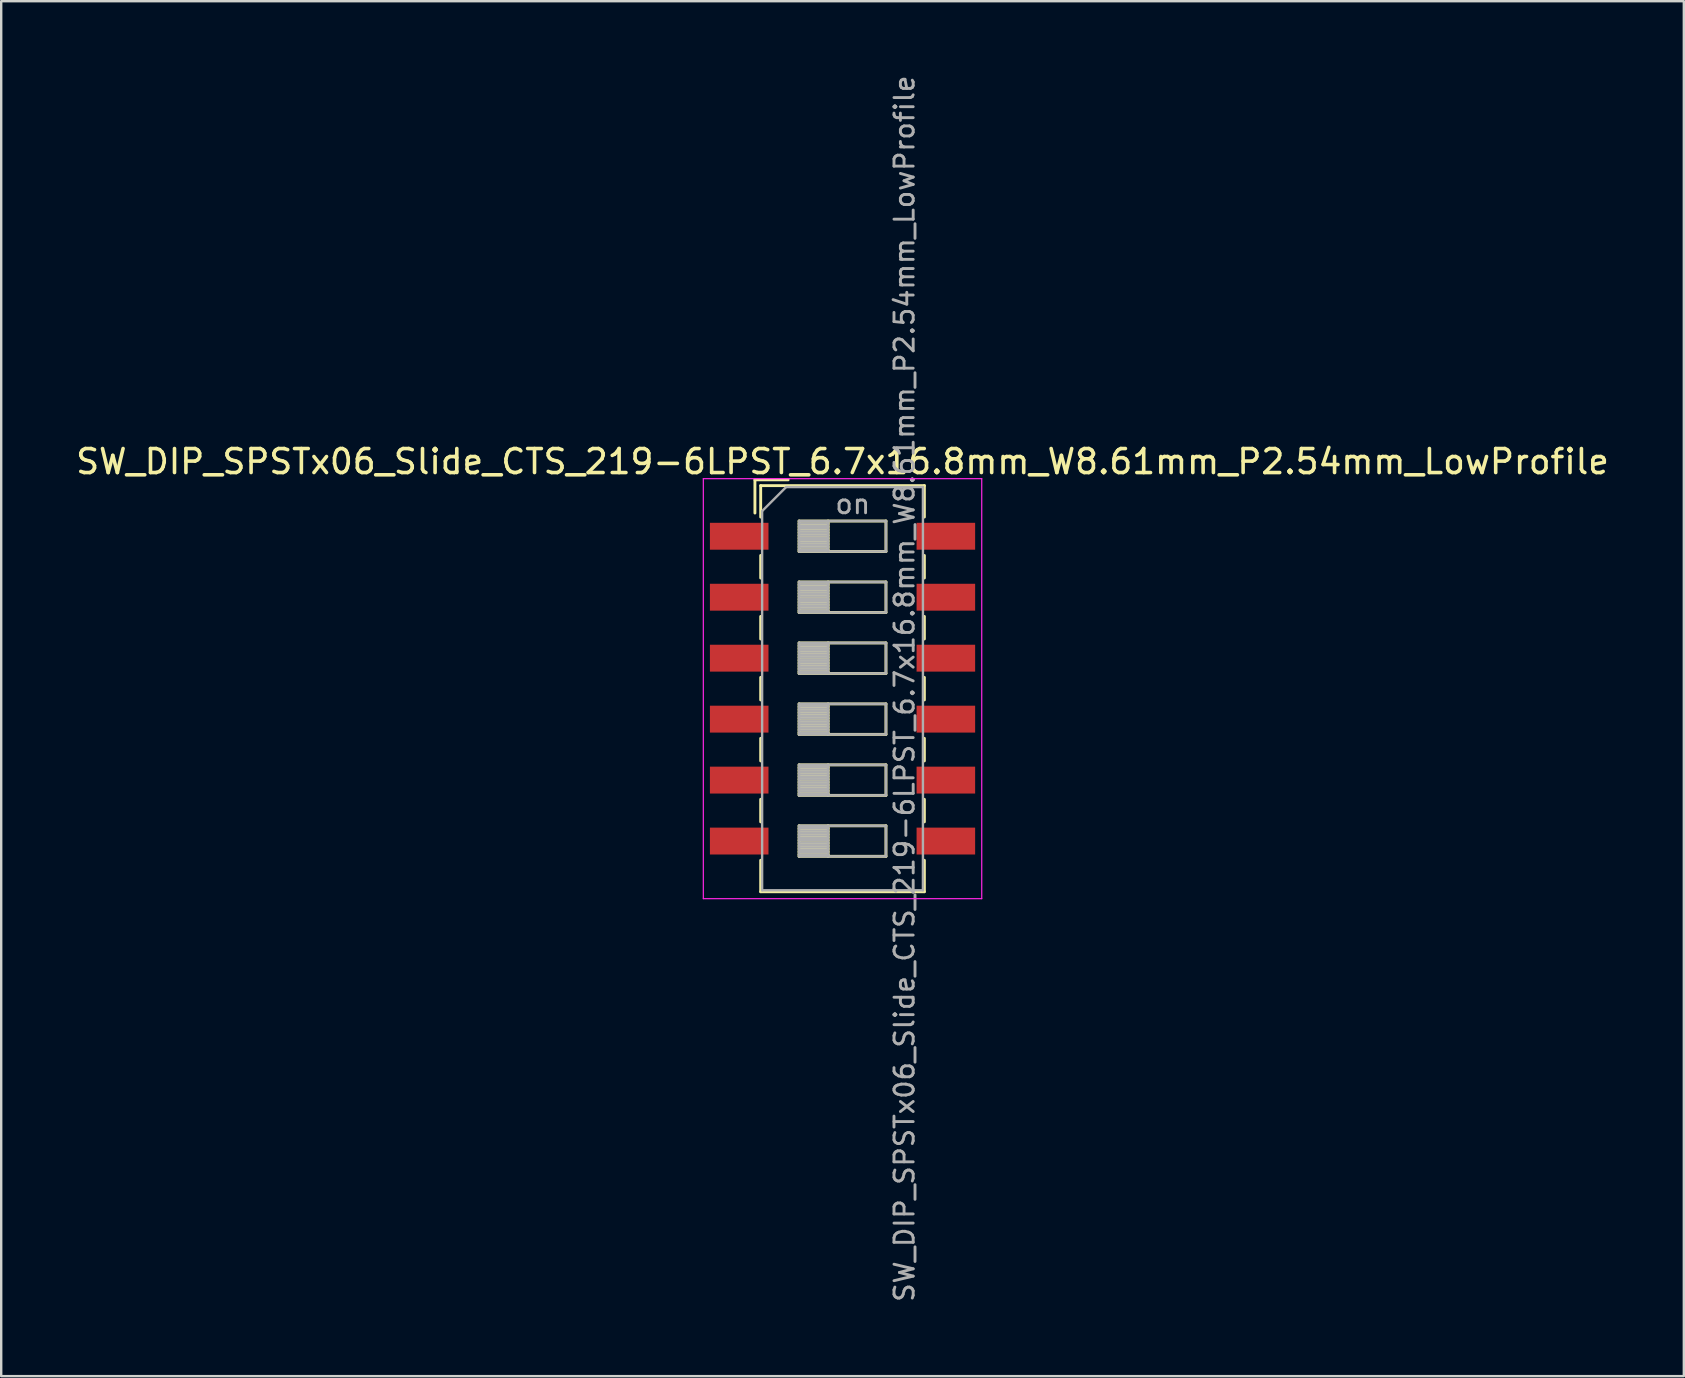
<source format=kicad_pcb>
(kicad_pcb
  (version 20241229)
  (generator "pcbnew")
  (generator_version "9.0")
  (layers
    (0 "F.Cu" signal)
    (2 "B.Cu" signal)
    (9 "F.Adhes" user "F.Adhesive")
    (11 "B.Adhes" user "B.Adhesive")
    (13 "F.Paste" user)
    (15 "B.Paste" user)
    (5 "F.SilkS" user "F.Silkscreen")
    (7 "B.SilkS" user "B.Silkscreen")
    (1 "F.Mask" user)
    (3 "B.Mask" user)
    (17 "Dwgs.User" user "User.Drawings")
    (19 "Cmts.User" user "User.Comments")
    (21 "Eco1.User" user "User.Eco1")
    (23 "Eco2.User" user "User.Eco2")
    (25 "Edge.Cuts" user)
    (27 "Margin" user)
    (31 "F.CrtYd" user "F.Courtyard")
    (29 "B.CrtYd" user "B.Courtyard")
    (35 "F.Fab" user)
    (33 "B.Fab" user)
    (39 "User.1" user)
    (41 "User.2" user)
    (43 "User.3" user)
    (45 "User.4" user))
  (footprint "SW_DIP_SPSTx06_Slide_CTS_219-6LPST_6.7x16.8mm_W8.61mm_P2.54mm_LowProfile"
    (layer "F.Cu")
    (at 32.054 25.643)
    (property "Reference" "SW_DIP_SPSTx06_Slide_CTS_219-6LPST_6.7x16.8mm_W8.61mm_P2.54mm_LowProfile" (at 0 -9.46 0) (layer "F.SilkS") (effects (font (size 1 1) (thickness 0.15))))
    (attr smd)
    (fp_line (start -3.65 -8.7) (end -3.65 -7.317) (stroke (width 0.12) (type solid)) (layer "F.SilkS"))
    (fp_line (start -3.65 -8.7) (end -2.267 -8.7) (stroke (width 0.12) (type solid)) (layer "F.SilkS"))
    (fp_line (start -3.41 -8.46) (end -3.41 -7.15) (stroke (width 0.12) (type solid)) (layer "F.SilkS"))
    (fp_line (start -3.41 -8.46) (end 3.41 -8.46) (stroke (width 0.12) (type solid)) (layer "F.SilkS"))
    (fp_line (start -3.41 -5.55) (end -3.41 -4.61) (stroke (width 0.12) (type solid)) (layer "F.SilkS"))
    (fp_line (start -3.41 -3.01) (end -3.41 -2.07) (stroke (width 0.12) (type solid)) (layer "F.SilkS"))
    (fp_line (start -3.41 -0.47) (end -3.41 0.47) (stroke (width 0.12) (type solid)) (layer "F.SilkS"))
    (fp_line (start -3.41 2.07) (end -3.41 3.01) (stroke (width 0.12) (type solid)) (layer "F.SilkS"))
    (fp_line (start -3.41 4.61) (end -3.41 5.55) (stroke (width 0.12) (type solid)) (layer "F.SilkS"))
    (fp_line (start -3.41 7.15) (end -3.41 8.461) (stroke (width 0.12) (type solid)) (layer "F.SilkS"))
    (fp_line (start -3.41 8.461) (end 3.41 8.461) (stroke (width 0.12) (type solid)) (layer "F.SilkS"))
    (fp_line (start -1.81 -6.985) (end -1.81 -5.715) (stroke (width 0.12) (type solid)) (layer "F.SilkS"))
    (fp_line (start -1.81 -6.865) (end -0.603 -6.865) (stroke (width 0.12) (type solid)) (layer "F.SilkS"))
    (fp_line (start -1.81 -6.745) (end -0.603 -6.745) (stroke (width 0.12) (type solid)) (layer "F.SilkS"))
    (fp_line (start -1.81 -6.625) (end -0.603 -6.625) (stroke (width 0.12) (type solid)) (layer "F.SilkS"))
    (fp_line (start -1.81 -6.505) (end -0.603 -6.505) (stroke (width 0.12) (type solid)) (layer "F.SilkS"))
    (fp_line (start -1.81 -6.385) (end -0.603 -6.385) (stroke (width 0.12) (type solid)) (layer "F.SilkS"))
    (fp_line (start -1.81 -6.265) (end -0.603 -6.265) (stroke (width 0.12) (type solid)) (layer "F.SilkS"))
    (fp_line (start -1.81 -6.145) (end -0.603 -6.145) (stroke (width 0.12) (type solid)) (layer "F.SilkS"))
    (fp_line (start -1.81 -6.025) (end -0.603 -6.025) (stroke (width 0.12) (type solid)) (layer "F.SilkS"))
    (fp_line (start -1.81 -5.905) (end -0.603 -5.905) (stroke (width 0.12) (type solid)) (layer "F.SilkS"))
    (fp_line (start -1.81 -5.785) (end -0.603 -5.785) (stroke (width 0.12) (type solid)) (layer "F.SilkS"))
    (fp_line (start -1.81 -5.715) (end 1.81 -5.715) (stroke (width 0.12) (type solid)) (layer "F.SilkS"))
    (fp_line (start -1.81 -4.445) (end -1.81 -3.175) (stroke (width 0.12) (type solid)) (layer "F.SilkS"))
    (fp_line (start -1.81 -4.325) (end -0.603 -4.325) (stroke (width 0.12) (type solid)) (layer "F.SilkS"))
    (fp_line (start -1.81 -4.205) (end -0.603 -4.205) (stroke (width 0.12) (type solid)) (layer "F.SilkS"))
    (fp_line (start -1.81 -4.085) (end -0.603 -4.085) (stroke (width 0.12) (type solid)) (layer "F.SilkS"))
    (fp_line (start -1.81 -3.965) (end -0.603 -3.965) (stroke (width 0.12) (type solid)) (layer "F.SilkS"))
    (fp_line (start -1.81 -3.845) (end -0.603 -3.845) (stroke (width 0.12) (type solid)) (layer "F.SilkS"))
    (fp_line (start -1.81 -3.725) (end -0.603 -3.725) (stroke (width 0.12) (type solid)) (layer "F.SilkS"))
    (fp_line (start -1.81 -3.605) (end -0.603 -3.605) (stroke (width 0.12) (type solid)) (layer "F.SilkS"))
    (fp_line (start -1.81 -3.485) (end -0.603 -3.485) (stroke (width 0.12) (type solid)) (layer "F.SilkS"))
    (fp_line (start -1.81 -3.365) (end -0.603 -3.365) (stroke (width 0.12) (type solid)) (layer "F.SilkS"))
    (fp_line (start -1.81 -3.245) (end -0.603 -3.245) (stroke (width 0.12) (type solid)) (layer "F.SilkS"))
    (fp_line (start -1.81 -3.175) (end 1.81 -3.175) (stroke (width 0.12) (type solid)) (layer "F.SilkS"))
    (fp_line (start -1.81 -1.905) (end -1.81 -0.635) (stroke (width 0.12) (type solid)) (layer "F.SilkS"))
    (fp_line (start -1.81 -1.785) (end -0.603 -1.785) (stroke (width 0.12) (type solid)) (layer "F.SilkS"))
    (fp_line (start -1.81 -1.665) (end -0.603 -1.665) (stroke (width 0.12) (type solid)) (layer "F.SilkS"))
    (fp_line (start -1.81 -1.545) (end -0.603 -1.545) (stroke (width 0.12) (type solid)) (layer "F.SilkS"))
    (fp_line (start -1.81 -1.425) (end -0.603 -1.425) (stroke (width 0.12) (type solid)) (layer "F.SilkS"))
    (fp_line (start -1.81 -1.305) (end -0.603 -1.305) (stroke (width 0.12) (type solid)) (layer "F.SilkS"))
    (fp_line (start -1.81 -1.185) (end -0.603 -1.185) (stroke (width 0.12) (type solid)) (layer "F.SilkS"))
    (fp_line (start -1.81 -1.065) (end -0.603 -1.065) (stroke (width 0.12) (type solid)) (layer "F.SilkS"))
    (fp_line (start -1.81 -0.945) (end -0.603 -0.945) (stroke (width 0.12) (type solid)) (layer "F.SilkS"))
    (fp_line (start -1.81 -0.825) (end -0.603 -0.825) (stroke (width 0.12) (type solid)) (layer "F.SilkS"))
    (fp_line (start -1.81 -0.705) (end -0.603 -0.705) (stroke (width 0.12) (type solid)) (layer "F.SilkS"))
    (fp_line (start -1.81 -0.635) (end 1.81 -0.635) (stroke (width 0.12) (type solid)) (layer "F.SilkS"))
    (fp_line (start -1.81 0.635) (end -1.81 1.905) (stroke (width 0.12) (type solid)) (layer "F.SilkS"))
    (fp_line (start -1.81 0.755) (end -0.603 0.755) (stroke (width 0.12) (type solid)) (layer "F.SilkS"))
    (fp_line (start -1.81 0.875) (end -0.603 0.875) (stroke (width 0.12) (type solid)) (layer "F.SilkS"))
    (fp_line (start -1.81 0.995) (end -0.603 0.995) (stroke (width 0.12) (type solid)) (layer "F.SilkS"))
    (fp_line (start -1.81 1.115) (end -0.603 1.115) (stroke (width 0.12) (type solid)) (layer "F.SilkS"))
    (fp_line (start -1.81 1.235) (end -0.603 1.235) (stroke (width 0.12) (type solid)) (layer "F.SilkS"))
    (fp_line (start -1.81 1.355) (end -0.603 1.355) (stroke (width 0.12) (type solid)) (layer "F.SilkS"))
    (fp_line (start -1.81 1.475) (end -0.603 1.475) (stroke (width 0.12) (type solid)) (layer "F.SilkS"))
    (fp_line (start -1.81 1.595) (end -0.603 1.595) (stroke (width 0.12) (type solid)) (layer "F.SilkS"))
    (fp_line (start -1.81 1.715) (end -0.603 1.715) (stroke (width 0.12) (type solid)) (layer "F.SilkS"))
    (fp_line (start -1.81 1.835) (end -0.603 1.835) (stroke (width 0.12) (type solid)) (layer "F.SilkS"))
    (fp_line (start -1.81 1.905) (end 1.81 1.905) (stroke (width 0.12) (type solid)) (layer "F.SilkS"))
    (fp_line (start -1.81 3.175) (end -1.81 4.445) (stroke (width 0.12) (type solid)) (layer "F.SilkS"))
    (fp_line (start -1.81 3.295) (end -0.603 3.295) (stroke (width 0.12) (type solid)) (layer "F.SilkS"))
    (fp_line (start -1.81 3.415) (end -0.603 3.415) (stroke (width 0.12) (type solid)) (layer "F.SilkS"))
    (fp_line (start -1.81 3.535) (end -0.603 3.535) (stroke (width 0.12) (type solid)) (layer "F.SilkS"))
    (fp_line (start -1.81 3.655) (end -0.603 3.655) (stroke (width 0.12) (type solid)) (layer "F.SilkS"))
    (fp_line (start -1.81 3.775) (end -0.603 3.775) (stroke (width 0.12) (type solid)) (layer "F.SilkS"))
    (fp_line (start -1.81 3.895) (end -0.603 3.895) (stroke (width 0.12) (type solid)) (layer "F.SilkS"))
    (fp_line (start -1.81 4.015) (end -0.603 4.015) (stroke (width 0.12) (type solid)) (layer "F.SilkS"))
    (fp_line (start -1.81 4.135) (end -0.603 4.135) (stroke (width 0.12) (type solid)) (layer "F.SilkS"))
    (fp_line (start -1.81 4.255) (end -0.603 4.255) (stroke (width 0.12) (type solid)) (layer "F.SilkS"))
    (fp_line (start -1.81 4.375) (end -0.603 4.375) (stroke (width 0.12) (type solid)) (layer "F.SilkS"))
    (fp_line (start -1.81 4.445) (end 1.81 4.445) (stroke (width 0.12) (type solid)) (layer "F.SilkS"))
    (fp_line (start -1.81 5.715) (end -1.81 6.985) (stroke (width 0.12) (type solid)) (layer "F.SilkS"))
    (fp_line (start -1.81 5.835) (end -0.603 5.835) (stroke (width 0.12) (type solid)) (layer "F.SilkS"))
    (fp_line (start -1.81 5.955) (end -0.603 5.955) (stroke (width 0.12) (type solid)) (layer "F.SilkS"))
    (fp_line (start -1.81 6.075) (end -0.603 6.075) (stroke (width 0.12) (type solid)) (layer "F.SilkS"))
    (fp_line (start -1.81 6.195) (end -0.603 6.195) (stroke (width 0.12) (type solid)) (layer "F.SilkS"))
    (fp_line (start -1.81 6.315) (end -0.603 6.315) (stroke (width 0.12) (type solid)) (layer "F.SilkS"))
    (fp_line (start -1.81 6.435) (end -0.603 6.435) (stroke (width 0.12) (type solid)) (layer "F.SilkS"))
    (fp_line (start -1.81 6.555) (end -0.603 6.555) (stroke (width 0.12) (type solid)) (layer "F.SilkS"))
    (fp_line (start -1.81 6.675) (end -0.603 6.675) (stroke (width 0.12) (type solid)) (layer "F.SilkS"))
    (fp_line (start -1.81 6.795) (end -0.603 6.795) (stroke (width 0.12) (type solid)) (layer "F.SilkS"))
    (fp_line (start -1.81 6.915) (end -0.603 6.915) (stroke (width 0.12) (type solid)) (layer "F.SilkS"))
    (fp_line (start -1.81 6.985) (end 1.81 6.985) (stroke (width 0.12) (type solid)) (layer "F.SilkS"))
    (fp_line (start -0.603 -6.985) (end -0.603 -5.715) (stroke (width 0.12) (type solid)) (layer "F.SilkS"))
    (fp_line (start -0.603 -4.445) (end -0.603 -3.175) (stroke (width 0.12) (type solid)) (layer "F.SilkS"))
    (fp_line (start -0.603 -1.905) (end -0.603 -0.635) (stroke (width 0.12) (type solid)) (layer "F.SilkS"))
    (fp_line (start -0.603 0.635) (end -0.603 1.905) (stroke (width 0.12) (type solid)) (layer "F.SilkS"))
    (fp_line (start -0.603 3.175) (end -0.603 4.445) (stroke (width 0.12) (type solid)) (layer "F.SilkS"))
    (fp_line (start -0.603 5.715) (end -0.603 6.985) (stroke (width 0.12) (type solid)) (layer "F.SilkS"))
    (fp_line (start 1.81 -6.985) (end -1.81 -6.985) (stroke (width 0.12) (type solid)) (layer "F.SilkS"))
    (fp_line (start 1.81 -5.715) (end 1.81 -6.985) (stroke (width 0.12) (type solid)) (layer "F.SilkS"))
    (fp_line (start 1.81 -4.445) (end -1.81 -4.445) (stroke (width 0.12) (type solid)) (layer "F.SilkS"))
    (fp_line (start 1.81 -3.175) (end 1.81 -4.445) (stroke (width 0.12) (type solid)) (layer "F.SilkS"))
    (fp_line (start 1.81 -1.905) (end -1.81 -1.905) (stroke (width 0.12) (type solid)) (layer "F.SilkS"))
    (fp_line (start 1.81 -0.635) (end 1.81 -1.905) (stroke (width 0.12) (type solid)) (layer "F.SilkS"))
    (fp_line (start 1.81 0.635) (end -1.81 0.635) (stroke (width 0.12) (type solid)) (layer "F.SilkS"))
    (fp_line (start 1.81 1.905) (end 1.81 0.635) (stroke (width 0.12) (type solid)) (layer "F.SilkS"))
    (fp_line (start 1.81 3.175) (end -1.81 3.175) (stroke (width 0.12) (type solid)) (layer "F.SilkS"))
    (fp_line (start 1.81 4.445) (end 1.81 3.175) (stroke (width 0.12) (type solid)) (layer "F.SilkS"))
    (fp_line (start 1.81 5.715) (end -1.81 5.715) (stroke (width 0.12) (type solid)) (layer "F.SilkS"))
    (fp_line (start 1.81 6.985) (end 1.81 5.715) (stroke (width 0.12) (type solid)) (layer "F.SilkS"))
    (fp_line (start 3.41 -8.46) (end 3.41 -7.15) (stroke (width 0.12) (type solid)) (layer "F.SilkS"))
    (fp_line (start 3.41 -5.55) (end 3.41 -4.61) (stroke (width 0.12) (type solid)) (layer "F.SilkS"))
    (fp_line (start 3.41 -3.01) (end 3.41 -2.07) (stroke (width 0.12) (type solid)) (layer "F.SilkS"))
    (fp_line (start 3.41 -0.47) (end 3.41 0.47) (stroke (width 0.12) (type solid)) (layer "F.SilkS"))
    (fp_line (start 3.41 2.07) (end 3.41 3.01) (stroke (width 0.12) (type solid)) (layer "F.SilkS"))
    (fp_line (start 3.41 4.61) (end 3.41 5.55) (stroke (width 0.12) (type solid)) (layer "F.SilkS"))
    (fp_line (start 3.41 7.15) (end 3.41 8.461) (stroke (width 0.12) (type solid)) (layer "F.SilkS"))
    (fp_line (start -5.8 -8.75) (end -5.8 8.75) (stroke (width 0.05) (type solid)) (layer "F.CrtYd"))
    (fp_line (start -5.8 8.75) (end 5.8 8.75) (stroke (width 0.05) (type solid)) (layer "F.CrtYd"))
    (fp_line (start 5.8 -8.75) (end -5.8 -8.75) (stroke (width 0.05) (type solid)) (layer "F.CrtYd"))
    (fp_line (start 5.8 8.75) (end 5.8 -8.75) (stroke (width 0.05) (type solid)) (layer "F.CrtYd"))
    (fp_line (start -3.35 -7.4) (end -2.35 -8.4) (stroke (width 0.1) (type solid)) (layer "F.Fab"))
    (fp_line (start -3.35 8.4) (end -3.35 -7.4) (stroke (width 0.1) (type solid)) (layer "F.Fab"))
    (fp_line (start -2.35 -8.4) (end 3.35 -8.4) (stroke (width 0.1) (type solid)) (layer "F.Fab"))
    (fp_line (start -1.81 -6.985) (end -1.81 -5.715) (stroke (width 0.1) (type solid)) (layer "F.Fab"))
    (fp_line (start -1.81 -6.885) (end -0.603 -6.885) (stroke (width 0.1) (type solid)) (layer "F.Fab"))
    (fp_line (start -1.81 -6.785) (end -0.603 -6.785) (stroke (width 0.1) (type solid)) (layer "F.Fab"))
    (fp_line (start -1.81 -6.685) (end -0.603 -6.685) (stroke (width 0.1) (type solid)) (layer "F.Fab"))
    (fp_line (start -1.81 -6.585) (end -0.603 -6.585) (stroke (width 0.1) (type solid)) (layer "F.Fab"))
    (fp_line (start -1.81 -6.485) (end -0.603 -6.485) (stroke (width 0.1) (type solid)) (layer "F.Fab"))
    (fp_line (start -1.81 -6.385) (end -0.603 -6.385) (stroke (width 0.1) (type solid)) (layer "F.Fab"))
    (fp_line (start -1.81 -6.285) (end -0.603 -6.285) (stroke (width 0.1) (type solid)) (layer "F.Fab"))
    (fp_line (start -1.81 -6.185) (end -0.603 -6.185) (stroke (width 0.1) (type solid)) (layer "F.Fab"))
    (fp_line (start -1.81 -6.085) (end -0.603 -6.085) (stroke (width 0.1) (type solid)) (layer "F.Fab"))
    (fp_line (start -1.81 -5.985) (end -0.603 -5.985) (stroke (width 0.1) (type solid)) (layer "F.Fab"))
    (fp_line (start -1.81 -5.885) (end -0.603 -5.885) (stroke (width 0.1) (type solid)) (layer "F.Fab"))
    (fp_line (start -1.81 -5.785) (end -0.603 -5.785) (stroke (width 0.1) (type solid)) (layer "F.Fab"))
    (fp_line (start -1.81 -5.715) (end 1.81 -5.715) (stroke (width 0.1) (type solid)) (layer "F.Fab"))
    (fp_line (start -1.81 -4.445) (end -1.81 -3.175) (stroke (width 0.1) (type solid)) (layer "F.Fab"))
    (fp_line (start -1.81 -4.345) (end -0.603 -4.345) (stroke (width 0.1) (type solid)) (layer "F.Fab"))
    (fp_line (start -1.81 -4.245) (end -0.603 -4.245) (stroke (width 0.1) (type solid)) (layer "F.Fab"))
    (fp_line (start -1.81 -4.145) (end -0.603 -4.145) (stroke (width 0.1) (type solid)) (layer "F.Fab"))
    (fp_line (start -1.81 -4.045) (end -0.603 -4.045) (stroke (width 0.1) (type solid)) (layer "F.Fab"))
    (fp_line (start -1.81 -3.945) (end -0.603 -3.945) (stroke (width 0.1) (type solid)) (layer "F.Fab"))
    (fp_line (start -1.81 -3.845) (end -0.603 -3.845) (stroke (width 0.1) (type solid)) (layer "F.Fab"))
    (fp_line (start -1.81 -3.745) (end -0.603 -3.745) (stroke (width 0.1) (type solid)) (layer "F.Fab"))
    (fp_line (start -1.81 -3.645) (end -0.603 -3.645) (stroke (width 0.1) (type solid)) (layer "F.Fab"))
    (fp_line (start -1.81 -3.545) (end -0.603 -3.545) (stroke (width 0.1) (type solid)) (layer "F.Fab"))
    (fp_line (start -1.81 -3.445) (end -0.603 -3.445) (stroke (width 0.1) (type solid)) (layer "F.Fab"))
    (fp_line (start -1.81 -3.345) (end -0.603 -3.345) (stroke (width 0.1) (type solid)) (layer "F.Fab"))
    (fp_line (start -1.81 -3.245) (end -0.603 -3.245) (stroke (width 0.1) (type solid)) (layer "F.Fab"))
    (fp_line (start -1.81 -3.175) (end 1.81 -3.175) (stroke (width 0.1) (type solid)) (layer "F.Fab"))
    (fp_line (start -1.81 -1.905) (end -1.81 -0.635) (stroke (width 0.1) (type solid)) (layer "F.Fab"))
    (fp_line (start -1.81 -1.805) (end -0.603 -1.805) (stroke (width 0.1) (type solid)) (layer "F.Fab"))
    (fp_line (start -1.81 -1.705) (end -0.603 -1.705) (stroke (width 0.1) (type solid)) (layer "F.Fab"))
    (fp_line (start -1.81 -1.605) (end -0.603 -1.605) (stroke (width 0.1) (type solid)) (layer "F.Fab"))
    (fp_line (start -1.81 -1.505) (end -0.603 -1.505) (stroke (width 0.1) (type solid)) (layer "F.Fab"))
    (fp_line (start -1.81 -1.405) (end -0.603 -1.405) (stroke (width 0.1) (type solid)) (layer "F.Fab"))
    (fp_line (start -1.81 -1.305) (end -0.603 -1.305) (stroke (width 0.1) (type solid)) (layer "F.Fab"))
    (fp_line (start -1.81 -1.205) (end -0.603 -1.205) (stroke (width 0.1) (type solid)) (layer "F.Fab"))
    (fp_line (start -1.81 -1.105) (end -0.603 -1.105) (stroke (width 0.1) (type solid)) (layer "F.Fab"))
    (fp_line (start -1.81 -1.005) (end -0.603 -1.005) (stroke (width 0.1) (type solid)) (layer "F.Fab"))
    (fp_line (start -1.81 -0.905) (end -0.603 -0.905) (stroke (width 0.1) (type solid)) (layer "F.Fab"))
    (fp_line (start -1.81 -0.805) (end -0.603 -0.805) (stroke (width 0.1) (type solid)) (layer "F.Fab"))
    (fp_line (start -1.81 -0.705) (end -0.603 -0.705) (stroke (width 0.1) (type solid)) (layer "F.Fab"))
    (fp_line (start -1.81 -0.635) (end 1.81 -0.635) (stroke (width 0.1) (type solid)) (layer "F.Fab"))
    (fp_line (start -1.81 0.635) (end -1.81 1.905) (stroke (width 0.1) (type solid)) (layer "F.Fab"))
    (fp_line (start -1.81 0.735) (end -0.603 0.735) (stroke (width 0.1) (type solid)) (layer "F.Fab"))
    (fp_line (start -1.81 0.835) (end -0.603 0.835) (stroke (width 0.1) (type solid)) (layer "F.Fab"))
    (fp_line (start -1.81 0.935) (end -0.603 0.935) (stroke (width 0.1) (type solid)) (layer "F.Fab"))
    (fp_line (start -1.81 1.035) (end -0.603 1.035) (stroke (width 0.1) (type solid)) (layer "F.Fab"))
    (fp_line (start -1.81 1.135) (end -0.603 1.135) (stroke (width 0.1) (type solid)) (layer "F.Fab"))
    (fp_line (start -1.81 1.235) (end -0.603 1.235) (stroke (width 0.1) (type solid)) (layer "F.Fab"))
    (fp_line (start -1.81 1.335) (end -0.603 1.335) (stroke (width 0.1) (type solid)) (layer "F.Fab"))
    (fp_line (start -1.81 1.435) (end -0.603 1.435) (stroke (width 0.1) (type solid)) (layer "F.Fab"))
    (fp_line (start -1.81 1.535) (end -0.603 1.535) (stroke (width 0.1) (type solid)) (layer "F.Fab"))
    (fp_line (start -1.81 1.635) (end -0.603 1.635) (stroke (width 0.1) (type solid)) (layer "F.Fab"))
    (fp_line (start -1.81 1.735) (end -0.603 1.735) (stroke (width 0.1) (type solid)) (layer "F.Fab"))
    (fp_line (start -1.81 1.835) (end -0.603 1.835) (stroke (width 0.1) (type solid)) (layer "F.Fab"))
    (fp_line (start -1.81 1.905) (end 1.81 1.905) (stroke (width 0.1) (type solid)) (layer "F.Fab"))
    (fp_line (start -1.81 3.175) (end -1.81 4.445) (stroke (width 0.1) (type solid)) (layer "F.Fab"))
    (fp_line (start -1.81 3.275) (end -0.603 3.275) (stroke (width 0.1) (type solid)) (layer "F.Fab"))
    (fp_line (start -1.81 3.375) (end -0.603 3.375) (stroke (width 0.1) (type solid)) (layer "F.Fab"))
    (fp_line (start -1.81 3.475) (end -0.603 3.475) (stroke (width 0.1) (type solid)) (layer "F.Fab"))
    (fp_line (start -1.81 3.575) (end -0.603 3.575) (stroke (width 0.1) (type solid)) (layer "F.Fab"))
    (fp_line (start -1.81 3.675) (end -0.603 3.675) (stroke (width 0.1) (type solid)) (layer "F.Fab"))
    (fp_line (start -1.81 3.775) (end -0.603 3.775) (stroke (width 0.1) (type solid)) (layer "F.Fab"))
    (fp_line (start -1.81 3.875) (end -0.603 3.875) (stroke (width 0.1) (type solid)) (layer "F.Fab"))
    (fp_line (start -1.81 3.975) (end -0.603 3.975) (stroke (width 0.1) (type solid)) (layer "F.Fab"))
    (fp_line (start -1.81 4.075) (end -0.603 4.075) (stroke (width 0.1) (type solid)) (layer "F.Fab"))
    (fp_line (start -1.81 4.175) (end -0.603 4.175) (stroke (width 0.1) (type solid)) (layer "F.Fab"))
    (fp_line (start -1.81 4.275) (end -0.603 4.275) (stroke (width 0.1) (type solid)) (layer "F.Fab"))
    (fp_line (start -1.81 4.375) (end -0.603 4.375) (stroke (width 0.1) (type solid)) (layer "F.Fab"))
    (fp_line (start -1.81 4.445) (end 1.81 4.445) (stroke (width 0.1) (type solid)) (layer "F.Fab"))
    (fp_line (start -1.81 5.715) (end -1.81 6.985) (stroke (width 0.1) (type solid)) (layer "F.Fab"))
    (fp_line (start -1.81 5.815) (end -0.603 5.815) (stroke (width 0.1) (type solid)) (layer "F.Fab"))
    (fp_line (start -1.81 5.915) (end -0.603 5.915) (stroke (width 0.1) (type solid)) (layer "F.Fab"))
    (fp_line (start -1.81 6.015) (end -0.603 6.015) (stroke (width 0.1) (type solid)) (layer "F.Fab"))
    (fp_line (start -1.81 6.115) (end -0.603 6.115) (stroke (width 0.1) (type solid)) (layer "F.Fab"))
    (fp_line (start -1.81 6.215) (end -0.603 6.215) (stroke (width 0.1) (type solid)) (layer "F.Fab"))
    (fp_line (start -1.81 6.315) (end -0.603 6.315) (stroke (width 0.1) (type solid)) (layer "F.Fab"))
    (fp_line (start -1.81 6.415) (end -0.603 6.415) (stroke (width 0.1) (type solid)) (layer "F.Fab"))
    (fp_line (start -1.81 6.515) (end -0.603 6.515) (stroke (width 0.1) (type solid)) (layer "F.Fab"))
    (fp_line (start -1.81 6.615) (end -0.603 6.615) (stroke (width 0.1) (type solid)) (layer "F.Fab"))
    (fp_line (start -1.81 6.715) (end -0.603 6.715) (stroke (width 0.1) (type solid)) (layer "F.Fab"))
    (fp_line (start -1.81 6.815) (end -0.603 6.815) (stroke (width 0.1) (type solid)) (layer "F.Fab"))
    (fp_line (start -1.81 6.915) (end -0.603 6.915) (stroke (width 0.1) (type solid)) (layer "F.Fab"))
    (fp_line (start -1.81 6.985) (end 1.81 6.985) (stroke (width 0.1) (type solid)) (layer "F.Fab"))
    (fp_line (start -0.603 -6.985) (end -0.603 -5.715) (stroke (width 0.1) (type solid)) (layer "F.Fab"))
    (fp_line (start -0.603 -4.445) (end -0.603 -3.175) (stroke (width 0.1) (type solid)) (layer "F.Fab"))
    (fp_line (start -0.603 -1.905) (end -0.603 -0.635) (stroke (width 0.1) (type solid)) (layer "F.Fab"))
    (fp_line (start -0.603 0.635) (end -0.603 1.905) (stroke (width 0.1) (type solid)) (layer "F.Fab"))
    (fp_line (start -0.603 3.175) (end -0.603 4.445) (stroke (width 0.1) (type solid)) (layer "F.Fab"))
    (fp_line (start -0.603 5.715) (end -0.603 6.985) (stroke (width 0.1) (type solid)) (layer "F.Fab"))
    (fp_line (start 1.81 -6.985) (end -1.81 -6.985) (stroke (width 0.1) (type solid)) (layer "F.Fab"))
    (fp_line (start 1.81 -5.715) (end 1.81 -6.985) (stroke (width 0.1) (type solid)) (layer "F.Fab"))
    (fp_line (start 1.81 -4.445) (end -1.81 -4.445) (stroke (width 0.1) (type solid)) (layer "F.Fab"))
    (fp_line (start 1.81 -3.175) (end 1.81 -4.445) (stroke (width 0.1) (type solid)) (layer "F.Fab"))
    (fp_line (start 1.81 -1.905) (end -1.81 -1.905) (stroke (width 0.1) (type solid)) (layer "F.Fab"))
    (fp_line (start 1.81 -0.635) (end 1.81 -1.905) (stroke (width 0.1) (type solid)) (layer "F.Fab"))
    (fp_line (start 1.81 0.635) (end -1.81 0.635) (stroke (width 0.1) (type solid)) (layer "F.Fab"))
    (fp_line (start 1.81 1.905) (end 1.81 0.635) (stroke (width 0.1) (type solid)) (layer "F.Fab"))
    (fp_line (start 1.81 3.175) (end -1.81 3.175) (stroke (width 0.1) (type solid)) (layer "F.Fab"))
    (fp_line (start 1.81 4.445) (end 1.81 3.175) (stroke (width 0.1) (type solid)) (layer "F.Fab"))
    (fp_line (start 1.81 5.715) (end -1.81 5.715) (stroke (width 0.1) (type solid)) (layer "F.Fab"))
    (fp_line (start 1.81 6.985) (end 1.81 5.715) (stroke (width 0.1) (type solid)) (layer "F.Fab"))
    (fp_line (start 3.35 -8.4) (end 3.35 8.4) (stroke (width 0.1) (type solid)) (layer "F.Fab"))
    (fp_line (start 3.35 8.4) (end -3.35 8.4) (stroke (width 0.1) (type solid)) (layer "F.Fab"))
    (fp_text user "on" (at 0.427 -7.692 0) (layer "F.Fab") (effects (font (size 0.8 0.8) (thickness 0.12))))
    (fp_text user "${REFERENCE}" (at 2.58 0 90) (layer "F.Fab") (effects (font (size 0.8 0.8) (thickness 0.12))))
    (pad "1" smd rect (at -4.305 -6.35) (size 2.44 1.12) (layers "F.Cu" "F.Mask" "F.Paste"))
    (pad "2" smd rect (at -4.305 -3.81) (size 2.44 1.12) (layers "F.Cu" "F.Mask" "F.Paste"))
    (pad "3" smd rect (at -4.305 -1.27) (size 2.44 1.12) (layers "F.Cu" "F.Mask" "F.Paste"))
    (pad "4" smd rect (at -4.305 1.27) (size 2.44 1.12) (layers "F.Cu" "F.Mask" "F.Paste"))
    (pad "5" smd rect (at -4.305 3.81) (size 2.44 1.12) (layers "F.Cu" "F.Mask" "F.Paste"))
    (pad "6" smd rect (at -4.305 6.35) (size 2.44 1.12) (layers "F.Cu" "F.Mask" "F.Paste"))
    (pad "7" smd rect (at 4.305 6.35) (size 2.44 1.12) (layers "F.Cu" "F.Mask" "F.Paste"))
    (pad "8" smd rect (at 4.305 3.81) (size 2.44 1.12) (layers "F.Cu" "F.Mask" "F.Paste"))
    (pad "9" smd rect (at 4.305 1.27) (size 2.44 1.12) (layers "F.Cu" "F.Mask" "F.Paste"))
    (pad "10" smd rect (at 4.305 -1.27) (size 2.44 1.12) (layers "F.Cu" "F.Mask" "F.Paste"))
    (pad "11" smd rect (at 4.305 -3.81) (size 2.44 1.12) (layers "F.Cu" "F.Mask" "F.Paste"))
    (pad "12" smd rect (at 4.305 -6.35) (size 2.44 1.12) (layers "F.Cu" "F.Mask" "F.Paste")))
  (gr_rect
    (start -3 -3)
    (end 67.107 54.286)
    (stroke (width 0.1) (type default))
    (fill no)
    (layer "Edge.Cuts")))
</source>
